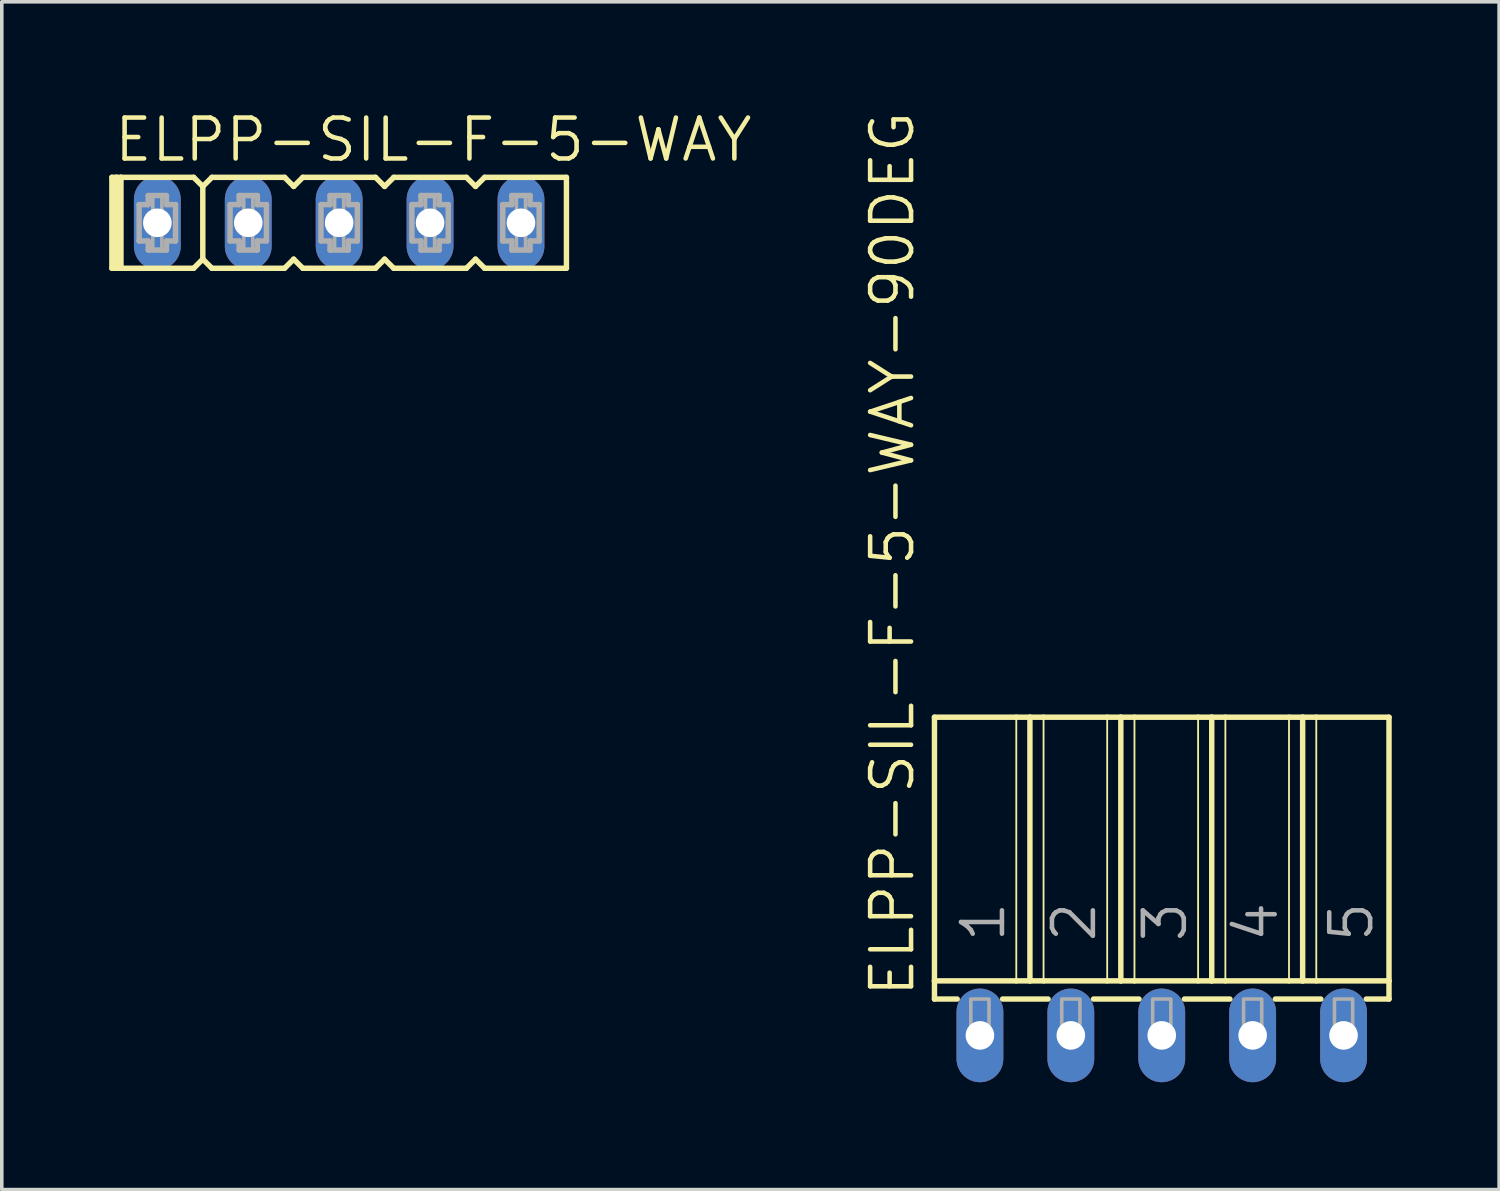
<source format=kicad_pcb>
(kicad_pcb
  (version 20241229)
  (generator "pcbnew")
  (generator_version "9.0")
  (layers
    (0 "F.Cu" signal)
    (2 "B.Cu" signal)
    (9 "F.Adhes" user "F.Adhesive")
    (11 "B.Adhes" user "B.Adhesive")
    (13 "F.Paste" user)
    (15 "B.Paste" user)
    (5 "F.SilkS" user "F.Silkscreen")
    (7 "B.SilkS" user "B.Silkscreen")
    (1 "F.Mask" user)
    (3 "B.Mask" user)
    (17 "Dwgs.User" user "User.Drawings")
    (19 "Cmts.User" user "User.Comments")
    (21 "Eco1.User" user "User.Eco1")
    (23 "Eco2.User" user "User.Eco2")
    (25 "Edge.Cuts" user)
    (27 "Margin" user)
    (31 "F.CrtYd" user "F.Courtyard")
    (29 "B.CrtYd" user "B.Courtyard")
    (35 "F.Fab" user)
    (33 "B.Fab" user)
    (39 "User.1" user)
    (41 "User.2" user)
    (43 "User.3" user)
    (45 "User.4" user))
  (footprint "ELPP-SIL-F-5-WAY-90DEG"
    (layer "F.Cu")
    (at 29.409 25.879)
    (property "Reference" "ELPP-SIL-F-5-WAY-90DEG" (at -6.858 -1.016 90) (unlocked yes) (layer "F.SilkS") (effects (font (size 1.143 1.143) (thickness 0.127)) (justify left bottom)))
    (fp_line (start -6.35 -8.89) (end -4.064 -8.89) (stroke (width 0.152) (type solid)) (layer "F.SilkS"))
    (fp_line (start -6.35 -1.524) (end -6.35 -8.89) (stroke (width 0.152) (type solid)) (layer "F.SilkS"))
    (fp_line (start -6.35 -1.524) (end -4.064 -1.524) (stroke (width 0.152) (type solid)) (layer "F.SilkS"))
    (fp_line (start -6.35 -1.016) (end -6.35 -1.524) (stroke (width 0.152) (type solid)) (layer "F.SilkS"))
    (fp_line (start -6.35 -1.016) (end -5.715 -1.016) (stroke (width 0.152) (type solid)) (layer "F.SilkS"))
    (fp_line (start -4.445 -1.016) (end -3.175 -1.016) (stroke (width 0.152) (type solid)) (layer "F.SilkS"))
    (fp_line (start -4.064 -8.89) (end -4.064 -1.524) (stroke (width 0.051) (type solid)) (layer "F.SilkS"))
    (fp_line (start -4.064 -8.89) (end -3.683 -8.89) (stroke (width 0.152) (type solid)) (layer "F.SilkS"))
    (fp_line (start -4.064 -1.524) (end -3.683 -1.524) (stroke (width 0.152) (type solid)) (layer "F.SilkS"))
    (fp_line (start -3.683 -8.89) (end -3.683 -1.524) (stroke (width 0.152) (type solid)) (layer "F.SilkS"))
    (fp_line (start -3.683 -8.89) (end -3.302 -8.89) (stroke (width 0.152) (type solid)) (layer "F.SilkS"))
    (fp_line (start -3.683 -1.524) (end -3.302 -1.524) (stroke (width 0.152) (type solid)) (layer "F.SilkS"))
    (fp_line (start -3.302 -8.89) (end -3.302 -1.524) (stroke (width 0.051) (type solid)) (layer "F.SilkS"))
    (fp_line (start -3.302 -8.89) (end -1.524 -8.89) (stroke (width 0.152) (type solid)) (layer "F.SilkS"))
    (fp_line (start -3.302 -1.524) (end -1.524 -1.524) (stroke (width 0.152) (type solid)) (layer "F.SilkS"))
    (fp_line (start -1.905 -1.016) (end -0.635 -1.016) (stroke (width 0.152) (type solid)) (layer "F.SilkS"))
    (fp_line (start -1.524 -8.89) (end -1.524 -1.524) (stroke (width 0.051) (type solid)) (layer "F.SilkS"))
    (fp_line (start -1.524 -8.89) (end -1.143 -8.89) (stroke (width 0.152) (type solid)) (layer "F.SilkS"))
    (fp_line (start -1.524 -1.524) (end -1.143 -1.524) (stroke (width 0.152) (type solid)) (layer "F.SilkS"))
    (fp_line (start -1.143 -8.89) (end -1.143 -1.524) (stroke (width 0.152) (type solid)) (layer "F.SilkS"))
    (fp_line (start -1.143 -8.89) (end -0.762 -8.89) (stroke (width 0.152) (type solid)) (layer "F.SilkS"))
    (fp_line (start -1.143 -1.524) (end -0.762 -1.524) (stroke (width 0.152) (type solid)) (layer "F.SilkS"))
    (fp_line (start -0.762 -8.89) (end -0.762 -1.524) (stroke (width 0.051) (type solid)) (layer "F.SilkS"))
    (fp_line (start -0.762 -8.89) (end 1.016 -8.89) (stroke (width 0.152) (type solid)) (layer "F.SilkS"))
    (fp_line (start -0.762 -1.524) (end 1.016 -1.524) (stroke (width 0.152) (type solid)) (layer "F.SilkS"))
    (fp_line (start 0.635 -1.016) (end 1.905 -1.016) (stroke (width 0.152) (type solid)) (layer "F.SilkS"))
    (fp_line (start 1.016 -8.89) (end 1.016 -1.524) (stroke (width 0.051) (type solid)) (layer "F.SilkS"))
    (fp_line (start 1.016 -8.89) (end 1.397 -8.89) (stroke (width 0.152) (type solid)) (layer "F.SilkS"))
    (fp_line (start 1.016 -1.524) (end 1.397 -1.524) (stroke (width 0.152) (type solid)) (layer "F.SilkS"))
    (fp_line (start 1.397 -8.89) (end 1.397 -1.524) (stroke (width 0.152) (type solid)) (layer "F.SilkS"))
    (fp_line (start 1.397 -8.89) (end 1.778 -8.89) (stroke (width 0.152) (type solid)) (layer "F.SilkS"))
    (fp_line (start 1.397 -1.524) (end 1.778 -1.524) (stroke (width 0.152) (type solid)) (layer "F.SilkS"))
    (fp_line (start 1.778 -8.89) (end 1.778 -1.524) (stroke (width 0.051) (type solid)) (layer "F.SilkS"))
    (fp_line (start 1.778 -8.89) (end 3.556 -8.89) (stroke (width 0.152) (type solid)) (layer "F.SilkS"))
    (fp_line (start 1.778 -1.524) (end 3.556 -1.524) (stroke (width 0.152) (type solid)) (layer "F.SilkS"))
    (fp_line (start 3.175 -1.016) (end 4.445 -1.016) (stroke (width 0.152) (type solid)) (layer "F.SilkS"))
    (fp_line (start 3.556 -8.89) (end 3.556 -1.524) (stroke (width 0.051) (type solid)) (layer "F.SilkS"))
    (fp_line (start 3.556 -8.89) (end 3.937 -8.89) (stroke (width 0.152) (type solid)) (layer "F.SilkS"))
    (fp_line (start 3.556 -1.524) (end 3.937 -1.524) (stroke (width 0.152) (type solid)) (layer "F.SilkS"))
    (fp_line (start 3.937 -8.89) (end 3.937 -1.524) (stroke (width 0.152) (type solid)) (layer "F.SilkS"))
    (fp_line (start 3.937 -8.89) (end 4.318 -8.89) (stroke (width 0.152) (type solid)) (layer "F.SilkS"))
    (fp_line (start 3.937 -1.524) (end 4.318 -1.524) (stroke (width 0.152) (type solid)) (layer "F.SilkS"))
    (fp_line (start 4.318 -8.89) (end 4.318 -1.524) (stroke (width 0.051) (type solid)) (layer "F.SilkS"))
    (fp_line (start 4.318 -8.89) (end 6.35 -8.89) (stroke (width 0.152) (type solid)) (layer "F.SilkS"))
    (fp_line (start 4.318 -1.524) (end 6.35 -1.524) (stroke (width 0.152) (type solid)) (layer "F.SilkS"))
    (fp_line (start 5.715 -1.016) (end 6.35 -1.016) (stroke (width 0.152) (type solid)) (layer "F.SilkS"))
    (fp_line (start 6.35 -8.89) (end 6.35 -1.524) (stroke (width 0.152) (type solid)) (layer "F.SilkS"))
    (fp_line (start 6.35 -1.524) (end 6.35 -1.016) (stroke (width 0.152) (type solid)) (layer "F.SilkS"))
    (fp_poly (pts (xy -5.334 0) (xy -4.826 0) (xy -4.826 -1.016) (xy -5.334 -1.016)) (stroke (width 0.1) (type default)) (fill no) (layer "F.Fab"))
    (fp_poly (pts (xy -2.794 0) (xy -2.286 0) (xy -2.286 -1.016) (xy -2.794 -1.016)) (stroke (width 0.1) (type default)) (fill no) (layer "F.Fab"))
    (fp_poly (pts (xy -0.254 0) (xy 0.254 0) (xy 0.254 -1.016) (xy -0.254 -1.016)) (stroke (width 0.1) (type default)) (fill no) (layer "F.Fab"))
    (fp_poly (pts (xy 2.286 0) (xy 2.794 0) (xy 2.794 -1.016) (xy 2.286 -1.016)) (stroke (width 0.1) (type default)) (fill no) (layer "F.Fab"))
    (fp_poly (pts (xy 4.826 0) (xy 5.334 0) (xy 5.334 -1.016) (xy 4.826 -1.016)) (stroke (width 0.1) (type default)) (fill no) (layer "F.Fab"))
    (fp_text user "4" (at 3.302 -2.54 90) (layer "F.Fab") (effects (font (size 1.143 1.143) (thickness 0.127)) (justify left bottom)))
    (fp_text user "5" (at 5.969 -2.54 90) (layer "F.Fab") (effects (font (size 1.143 1.143) (thickness 0.127)) (justify left bottom)))
    (fp_text user "2" (at -1.778 -2.54 90) (layer "F.Fab") (effects (font (size 1.143 1.143) (thickness 0.127)) (justify left bottom)))
    (fp_text user "1" (at -4.318 -2.54 90) (layer "F.Fab") (effects (font (size 1.143 1.143) (thickness 0.127)) (justify left bottom)))
    (fp_text user "3" (at 0.762 -2.54 90) (layer "F.Fab") (effects (font (size 1.143 1.143) (thickness 0.127)) (justify left bottom)))
    (pad "1" thru_hole oval (at -5.08 0 90) (size 2.616 1.308) (drill 0.8) (layers "*.Cu" "*.Mask"))
    (pad "2" thru_hole oval (at -2.54 0 90) (size 2.616 1.308) (drill 0.8) (layers "*.Cu" "*.Mask"))
    (pad "3" thru_hole oval (at 0 0 90) (size 2.616 1.308) (drill 0.8) (layers "*.Cu" "*.Mask"))
    (pad "4" thru_hole oval (at 2.54 0 90) (size 2.616 1.308) (drill 0.8) (layers "*.Cu" "*.Mask"))
    (pad "5" thru_hole oval (at 5.08 0 90) (size 2.616 1.308) (drill 0.8) (layers "*.Cu" "*.Mask")))
  (footprint "ELPP-SIL-F-5-WAY"
    (layer "F.Cu")
    (at 6.426 3.175)
    (property "Reference" "ELPP-SIL-F-5-WAY" (at -6.35 -1.651 0) (unlocked yes) (layer "F.SilkS") (effects (font (size 1.143 1.143) (thickness 0.127)) (justify left bottom)))
    (fp_line (start -6.35 -1.27) (end -6.35 1.27) (stroke (width 0.152) (type solid)) (layer "F.SilkS"))
    (fp_line (start -6.35 1.27) (end -6.223 1.27) (stroke (width 0.152) (type solid)) (layer "F.SilkS"))
    (fp_line (start -6.223 -1.27) (end -6.35 -1.27) (stroke (width 0.152) (type solid)) (layer "F.SilkS"))
    (fp_line (start -6.223 -1.27) (end -6.223 1.27) (stroke (width 0.152) (type solid)) (layer "F.SilkS"))
    (fp_line (start -6.223 1.27) (end -6.096 1.27) (stroke (width 0.152) (type solid)) (layer "F.SilkS"))
    (fp_line (start -6.096 -1.27) (end -6.223 -1.27) (stroke (width 0.152) (type solid)) (layer "F.SilkS"))
    (fp_line (start -6.096 -1.27) (end -6.096 1.27) (stroke (width 0.152) (type solid)) (layer "F.SilkS"))
    (fp_line (start -6.096 1.27) (end -4.064 1.27) (stroke (width 0.152) (type solid)) (layer "F.SilkS"))
    (fp_line (start -4.064 -1.27) (end -6.096 -1.27) (stroke (width 0.152) (type solid)) (layer "F.SilkS"))
    (fp_line (start -4.064 1.27) (end -3.81 1.016) (stroke (width 0.152) (type solid)) (layer "F.SilkS"))
    (fp_line (start -3.81 -1.016) (end -4.064 -1.27) (stroke (width 0.152) (type solid)) (layer "F.SilkS"))
    (fp_line (start -3.81 -1.016) (end -3.81 1.016) (stroke (width 0.152) (type solid)) (layer "F.SilkS"))
    (fp_line (start -3.81 1.016) (end -3.556 1.27) (stroke (width 0.152) (type solid)) (layer "F.SilkS"))
    (fp_line (start -3.556 -1.27) (end -3.81 -1.016) (stroke (width 0.152) (type solid)) (layer "F.SilkS"))
    (fp_line (start -3.556 1.27) (end -1.524 1.27) (stroke (width 0.152) (type solid)) (layer "F.SilkS"))
    (fp_line (start -1.524 -1.27) (end -3.556 -1.27) (stroke (width 0.152) (type solid)) (layer "F.SilkS"))
    (fp_line (start -1.524 1.27) (end -1.27 1.016) (stroke (width 0.152) (type solid)) (layer "F.SilkS"))
    (fp_line (start -1.27 -1.016) (end -1.524 -1.27) (stroke (width 0.152) (type solid)) (layer "F.SilkS"))
    (fp_line (start -1.27 1.016) (end -1.016 1.27) (stroke (width 0.152) (type solid)) (layer "F.SilkS"))
    (fp_line (start -1.016 -1.27) (end -1.27 -1.016) (stroke (width 0.152) (type solid)) (layer "F.SilkS"))
    (fp_line (start -1.016 1.27) (end 1.016 1.27) (stroke (width 0.152) (type solid)) (layer "F.SilkS"))
    (fp_line (start 1.016 -1.27) (end -1.016 -1.27) (stroke (width 0.152) (type solid)) (layer "F.SilkS"))
    (fp_line (start 1.016 1.27) (end 1.27 1.016) (stroke (width 0.152) (type solid)) (layer "F.SilkS"))
    (fp_line (start 1.27 -1.016) (end 1.016 -1.27) (stroke (width 0.152) (type solid)) (layer "F.SilkS"))
    (fp_line (start 1.27 1.016) (end 1.524 1.27) (stroke (width 0.152) (type solid)) (layer "F.SilkS"))
    (fp_line (start 1.524 -1.27) (end 1.27 -1.016) (stroke (width 0.152) (type solid)) (layer "F.SilkS"))
    (fp_line (start 1.524 1.27) (end 3.556 1.27) (stroke (width 0.152) (type solid)) (layer "F.SilkS"))
    (fp_line (start 3.556 -1.27) (end 1.524 -1.27) (stroke (width 0.152) (type solid)) (layer "F.SilkS"))
    (fp_line (start 3.556 1.27) (end 3.81 1.016) (stroke (width 0.152) (type solid)) (layer "F.SilkS"))
    (fp_line (start 3.81 -1.016) (end 3.556 -1.27) (stroke (width 0.152) (type solid)) (layer "F.SilkS"))
    (fp_line (start 3.81 1.016) (end 4.064 1.27) (stroke (width 0.152) (type solid)) (layer "F.SilkS"))
    (fp_line (start 4.064 -1.27) (end 3.81 -1.016) (stroke (width 0.152) (type solid)) (layer "F.SilkS"))
    (fp_line (start 4.064 1.27) (end 6.35 1.27) (stroke (width 0.152) (type solid)) (layer "F.SilkS"))
    (fp_line (start 6.35 -1.27) (end 4.064 -1.27) (stroke (width 0.152) (type solid)) (layer "F.SilkS"))
    (fp_line (start 6.35 1.27) (end 6.35 -1.27) (stroke (width 0.152) (type solid)) (layer "F.SilkS"))
    (fp_line (start -5.588 -0.508) (end -5.588 0.508) (stroke (width 0.152) (type solid)) (layer "F.Fab"))
    (fp_line (start -5.588 0.508) (end -5.334 0.508) (stroke (width 0.152) (type solid)) (layer "F.Fab"))
    (fp_line (start -5.334 -0.762) (end -5.334 -0.508) (stroke (width 0.152) (type solid)) (layer "F.Fab"))
    (fp_line (start -5.334 -0.508) (end -5.588 -0.508) (stroke (width 0.152) (type solid)) (layer "F.Fab"))
    (fp_line (start -5.334 0.508) (end -5.334 0.762) (stroke (width 0.152) (type solid)) (layer "F.Fab"))
    (fp_line (start -5.334 0.762) (end -4.826 0.762) (stroke (width 0.152) (type solid)) (layer "F.Fab"))
    (fp_line (start -4.826 -0.762) (end -5.334 -0.762) (stroke (width 0.152) (type solid)) (layer "F.Fab"))
    (fp_line (start -4.826 -0.508) (end -4.826 -0.762) (stroke (width 0.152) (type solid)) (layer "F.Fab"))
    (fp_line (start -4.826 0.508) (end -4.572 0.508) (stroke (width 0.152) (type solid)) (layer "F.Fab"))
    (fp_line (start -4.826 0.762) (end -4.826 0.508) (stroke (width 0.152) (type solid)) (layer "F.Fab"))
    (fp_line (start -4.572 -0.508) (end -4.826 -0.508) (stroke (width 0.152) (type solid)) (layer "F.Fab"))
    (fp_line (start -4.572 0.508) (end -4.572 -0.508) (stroke (width 0.152) (type solid)) (layer "F.Fab"))
    (fp_line (start -3.048 -0.508) (end -3.048 0.508) (stroke (width 0.152) (type solid)) (layer "F.Fab"))
    (fp_line (start -3.048 0.508) (end -2.794 0.508) (stroke (width 0.152) (type solid)) (layer "F.Fab"))
    (fp_line (start -2.794 -0.762) (end -2.794 -0.508) (stroke (width 0.152) (type solid)) (layer "F.Fab"))
    (fp_line (start -2.794 -0.508) (end -3.048 -0.508) (stroke (width 0.152) (type solid)) (layer "F.Fab"))
    (fp_line (start -2.794 0.508) (end -2.794 0.762) (stroke (width 0.152) (type solid)) (layer "F.Fab"))
    (fp_line (start -2.794 0.762) (end -2.286 0.762) (stroke (width 0.152) (type solid)) (layer "F.Fab"))
    (fp_line (start -2.286 -0.762) (end -2.794 -0.762) (stroke (width 0.152) (type solid)) (layer "F.Fab"))
    (fp_line (start -2.286 -0.508) (end -2.286 -0.762) (stroke (width 0.152) (type solid)) (layer "F.Fab"))
    (fp_line (start -2.286 0.508) (end -2.032 0.508) (stroke (width 0.152) (type solid)) (layer "F.Fab"))
    (fp_line (start -2.286 0.762) (end -2.286 0.508) (stroke (width 0.152) (type solid)) (layer "F.Fab"))
    (fp_line (start -2.032 -0.508) (end -2.286 -0.508) (stroke (width 0.152) (type solid)) (layer "F.Fab"))
    (fp_line (start -2.032 0.508) (end -2.032 -0.508) (stroke (width 0.152) (type solid)) (layer "F.Fab"))
    (fp_line (start -0.508 -0.508) (end -0.508 0.508) (stroke (width 0.152) (type solid)) (layer "F.Fab"))
    (fp_line (start -0.508 0.508) (end -0.254 0.508) (stroke (width 0.152) (type solid)) (layer "F.Fab"))
    (fp_line (start -0.254 -0.762) (end -0.254 -0.508) (stroke (width 0.152) (type solid)) (layer "F.Fab"))
    (fp_line (start -0.254 -0.508) (end -0.508 -0.508) (stroke (width 0.152) (type solid)) (layer "F.Fab"))
    (fp_line (start -0.254 0.508) (end -0.254 0.762) (stroke (width 0.152) (type solid)) (layer "F.Fab"))
    (fp_line (start -0.254 0.762) (end 0.254 0.762) (stroke (width 0.152) (type solid)) (layer "F.Fab"))
    (fp_line (start 0.254 -0.762) (end -0.254 -0.762) (stroke (width 0.152) (type solid)) (layer "F.Fab"))
    (fp_line (start 0.254 -0.508) (end 0.254 -0.762) (stroke (width 0.152) (type solid)) (layer "F.Fab"))
    (fp_line (start 0.254 0.508) (end 0.508 0.508) (stroke (width 0.152) (type solid)) (layer "F.Fab"))
    (fp_line (start 0.254 0.762) (end 0.254 0.508) (stroke (width 0.152) (type solid)) (layer "F.Fab"))
    (fp_line (start 0.508 -0.508) (end 0.254 -0.508) (stroke (width 0.152) (type solid)) (layer "F.Fab"))
    (fp_line (start 0.508 0.508) (end 0.508 -0.508) (stroke (width 0.152) (type solid)) (layer "F.Fab"))
    (fp_line (start 2.032 -0.508) (end 2.032 0.508) (stroke (width 0.152) (type solid)) (layer "F.Fab"))
    (fp_line (start 2.032 0.508) (end 2.286 0.508) (stroke (width 0.152) (type solid)) (layer "F.Fab"))
    (fp_line (start 2.286 -0.762) (end 2.286 -0.508) (stroke (width 0.152) (type solid)) (layer "F.Fab"))
    (fp_line (start 2.286 -0.508) (end 2.032 -0.508) (stroke (width 0.152) (type solid)) (layer "F.Fab"))
    (fp_line (start 2.286 0.508) (end 2.286 0.762) (stroke (width 0.152) (type solid)) (layer "F.Fab"))
    (fp_line (start 2.286 0.762) (end 2.794 0.762) (stroke (width 0.152) (type solid)) (layer "F.Fab"))
    (fp_line (start 2.794 -0.762) (end 2.286 -0.762) (stroke (width 0.152) (type solid)) (layer "F.Fab"))
    (fp_line (start 2.794 -0.508) (end 2.794 -0.762) (stroke (width 0.152) (type solid)) (layer "F.Fab"))
    (fp_line (start 2.794 0.508) (end 3.048 0.508) (stroke (width 0.152) (type solid)) (layer "F.Fab"))
    (fp_line (start 2.794 0.762) (end 2.794 0.508) (stroke (width 0.152) (type solid)) (layer "F.Fab"))
    (fp_line (start 3.048 -0.508) (end 2.794 -0.508) (stroke (width 0.152) (type solid)) (layer "F.Fab"))
    (fp_line (start 3.048 0.508) (end 3.048 -0.508) (stroke (width 0.152) (type solid)) (layer "F.Fab"))
    (fp_line (start 4.572 -0.508) (end 4.572 0.508) (stroke (width 0.152) (type solid)) (layer "F.Fab"))
    (fp_line (start 4.572 0.508) (end 4.826 0.508) (stroke (width 0.152) (type solid)) (layer "F.Fab"))
    (fp_line (start 4.826 -0.762) (end 4.826 -0.508) (stroke (width 0.152) (type solid)) (layer "F.Fab"))
    (fp_line (start 4.826 -0.508) (end 4.572 -0.508) (stroke (width 0.152) (type solid)) (layer "F.Fab"))
    (fp_line (start 4.826 0.508) (end 4.826 0.762) (stroke (width 0.152) (type solid)) (layer "F.Fab"))
    (fp_line (start 4.826 0.762) (end 5.334 0.762) (stroke (width 0.152) (type solid)) (layer "F.Fab"))
    (fp_line (start 5.334 -0.762) (end 4.826 -0.762) (stroke (width 0.152) (type solid)) (layer "F.Fab"))
    (fp_line (start 5.334 -0.508) (end 5.334 -0.762) (stroke (width 0.152) (type solid)) (layer "F.Fab"))
    (fp_line (start 5.334 0.508) (end 5.588 0.508) (stroke (width 0.152) (type solid)) (layer "F.Fab"))
    (fp_line (start 5.334 0.762) (end 5.334 0.508) (stroke (width 0.152) (type solid)) (layer "F.Fab"))
    (fp_line (start 5.588 -0.508) (end 5.334 -0.508) (stroke (width 0.152) (type solid)) (layer "F.Fab"))
    (fp_line (start 5.588 0.508) (end 5.588 -0.508) (stroke (width 0.152) (type solid)) (layer "F.Fab"))
    (fp_poly (pts (xy -5.207 -0.254) (xy -4.953 -0.254) (xy -4.953 -0.762) (xy -5.207 -0.762)) (stroke (width 0.1) (type default)) (fill no) (layer "F.Fab"))
    (fp_poly (pts (xy -5.207 0.762) (xy -4.953 0.762) (xy -4.953 0.254) (xy -5.207 0.254)) (stroke (width 0.1) (type default)) (fill no) (layer "F.Fab"))
    (fp_poly (pts (xy -2.667 -0.254) (xy -2.413 -0.254) (xy -2.413 -0.762) (xy -2.667 -0.762)) (stroke (width 0.1) (type default)) (fill no) (layer "F.Fab"))
    (fp_poly (pts (xy -2.667 0.762) (xy -2.413 0.762) (xy -2.413 0.254) (xy -2.667 0.254)) (stroke (width 0.1) (type default)) (fill no) (layer "F.Fab"))
    (fp_poly (pts (xy -0.127 -0.254) (xy 0.127 -0.254) (xy 0.127 -0.762) (xy -0.127 -0.762)) (stroke (width 0.1) (type default)) (fill no) (layer "F.Fab"))
    (fp_poly (pts (xy -0.127 0.762) (xy 0.127 0.762) (xy 0.127 0.254) (xy -0.127 0.254)) (stroke (width 0.1) (type default)) (fill no) (layer "F.Fab"))
    (fp_poly (pts (xy 2.413 -0.254) (xy 2.667 -0.254) (xy 2.667 -0.762) (xy 2.413 -0.762)) (stroke (width 0.1) (type default)) (fill no) (layer "F.Fab"))
    (fp_poly (pts (xy 2.413 0.762) (xy 2.667 0.762) (xy 2.667 0.254) (xy 2.413 0.254)) (stroke (width 0.1) (type default)) (fill no) (layer "F.Fab"))
    (fp_poly (pts (xy 4.953 -0.254) (xy 5.207 -0.254) (xy 5.207 -0.762) (xy 4.953 -0.762)) (stroke (width 0.1) (type default)) (fill no) (layer "F.Fab"))
    (fp_poly (pts (xy 4.953 0.762) (xy 5.207 0.762) (xy 5.207 0.254) (xy 4.953 0.254)) (stroke (width 0.1) (type default)) (fill no) (layer "F.Fab"))
    (pad "1" thru_hole oval (at -5.08 0 90) (size 2.616 1.308) (drill 0.8) (layers "*.Cu" "*.Mask"))
    (pad "2" thru_hole oval (at -2.54 0 90) (size 2.616 1.308) (drill 0.8) (layers "*.Cu" "*.Mask"))
    (pad "3" thru_hole oval (at 0 0 90) (size 2.616 1.308) (drill 0.8) (layers "*.Cu" "*.Mask"))
    (pad "4" thru_hole oval (at 2.54 0 90) (size 2.616 1.308) (drill 0.8) (layers "*.Cu" "*.Mask"))
    (pad "5" thru_hole oval (at 5.08 0 90) (size 2.616 1.308) (drill 0.8) (layers "*.Cu" "*.Mask")))
  (gr_rect
    (start -3 -3)
    (end 38.835 30.187)
    (stroke (width 0.1) (type default))
    (fill no)
    (layer "Edge.Cuts")))
</source>
